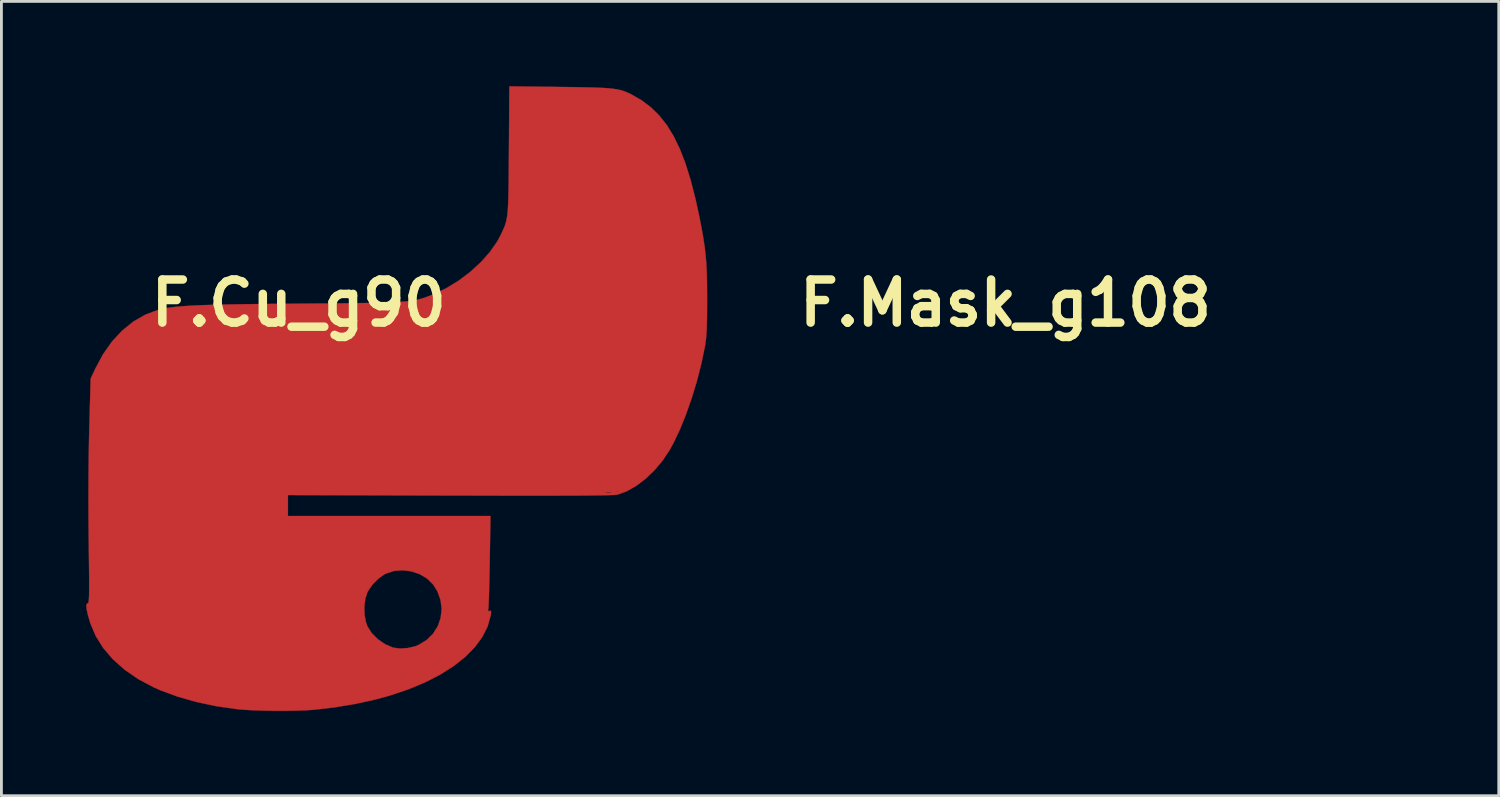
<source format=kicad_pcb>
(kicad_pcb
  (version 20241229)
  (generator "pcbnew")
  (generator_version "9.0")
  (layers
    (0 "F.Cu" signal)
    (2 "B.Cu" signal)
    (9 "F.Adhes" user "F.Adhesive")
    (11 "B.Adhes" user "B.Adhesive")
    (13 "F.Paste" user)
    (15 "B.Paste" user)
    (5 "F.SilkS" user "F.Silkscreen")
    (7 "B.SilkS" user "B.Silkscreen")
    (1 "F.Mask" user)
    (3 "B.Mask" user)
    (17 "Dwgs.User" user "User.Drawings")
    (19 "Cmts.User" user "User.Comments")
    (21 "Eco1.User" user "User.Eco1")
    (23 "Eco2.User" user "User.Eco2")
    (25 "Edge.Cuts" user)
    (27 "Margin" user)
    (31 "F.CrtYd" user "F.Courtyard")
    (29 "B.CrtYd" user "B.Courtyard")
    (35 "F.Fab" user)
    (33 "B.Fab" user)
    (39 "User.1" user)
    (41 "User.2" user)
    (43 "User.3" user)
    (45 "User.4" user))
  (footprint "F.Mask_g108"
    (layer "F.Cu")
    (at 32.534 7.677)
    (property "Reference" "F.Mask_g108" (at 0 0 0) (layer "F.SilkS") (effects (font (size 1.524 1.524) (thickness 0.3))))
    (attr through_hole)
    (fp_poly (pts (xy 9.242 -7.65) (xy 9.717 -7.644) (xy 10.116 -7.637) (xy 10.449 -7.629) (xy 10.723 -7.618) (xy 10.948 -7.604) (xy 11.132 -7.585) (xy 11.284 -7.562) (xy 11.414 -7.532) (xy 11.529 -7.495) (xy 11.64 -7.45) (xy 11.753 -7.396) (xy 11.78 -7.382) (xy 12.14 -7.175) (xy 12.466 -6.929) (xy 12.761 -6.639) (xy 13.029 -6.299) (xy 13.271 -5.906) (xy 13.49 -5.453) (xy 13.69 -4.936) (xy 13.873 -4.349) (xy 14.043 -3.688) (xy 14.181 -3.048) (xy 14.258 -2.652) (xy 14.32 -2.305) (xy 14.367 -1.99) (xy 14.402 -1.688) (xy 14.427 -1.381) (xy 14.443 -1.051) (xy 14.451 -0.678) (xy 14.454 -0.246) (xy 14.454 -0.085) (xy 14.452 0.308) (xy 14.448 0.628) (xy 14.441 0.889) (xy 14.429 1.102) (xy 14.414 1.28) (xy 14.394 1.436) (xy 14.379 1.524) (xy 14.252 2.135) (xy 14.095 2.752) (xy 13.911 3.358) (xy 13.708 3.937) (xy 13.491 4.474) (xy 13.264 4.951) (xy 13.126 5.203) (xy 12.879 5.573) (xy 12.593 5.914) (xy 12.279 6.215) (xy 11.95 6.466) (xy 11.618 6.656) (xy 11.296 6.774) (xy 11.293 6.775) (xy 11.242 6.782) (xy 11.149 6.789) (xy 11.012 6.795) (xy 10.827 6.8) (xy 10.59 6.804) (xy 10.3 6.808) (xy 9.951 6.811) (xy 9.542 6.813) (xy 9.069 6.814) (xy 8.528 6.814) (xy 7.916 6.814) (xy 7.231 6.814) (xy 6.468 6.812) (xy 5.625 6.81) (xy 5.356 6.81) (xy -0.381 6.794) (xy -0.381 7.535) (xy 6.787 7.535) (xy 6.761 9.157) (xy 6.754 9.522) (xy 6.747 9.862) (xy 6.739 10.167) (xy 6.731 10.428) (xy 6.723 10.635) (xy 6.715 10.778) (xy 6.708 10.847) (xy 6.707 10.851) (xy 6.701 10.902) (xy 6.752 10.895) (xy 6.796 10.887) (xy 6.81 10.921) (xy 6.801 11.014) (xy 6.794 11.053) (xy 6.688 11.44) (xy 6.5 11.814) (xy 6.236 12.174) (xy 5.898 12.518) (xy 5.491 12.841) (xy 5.017 13.143) (xy 4.481 13.419) (xy 3.885 13.668) (xy 3.234 13.887) (xy 2.731 14.025) (xy 2.024 14.181) (xy 1.282 14.305) (xy 0.55 14.391) (xy 0.257 14.411) (xy -0.096 14.423) (xy -0.488 14.429) (xy -0.897 14.428) (xy -1.3 14.421) (xy -1.677 14.407) (xy -2.005 14.387) (xy -2.18 14.371) (xy -2.91 14.266) (xy -3.618 14.117) (xy -4.286 13.927) (xy -4.898 13.701) (xy -5.146 13.591) (xy -5.686 13.302) (xy -6.164 12.972) (xy -6.576 12.605) (xy -6.918 12.206) (xy -7.185 11.779) (xy -7.375 11.328) (xy -7.383 11.303) (xy -7.463 11.025) (xy -7.507 10.821) (xy -7.513 10.736) (xy 2.324 10.736) (xy 2.33 11.02) (xy 2.376 11.283) (xy 2.433 11.442) (xy 2.587 11.681) (xy 2.804 11.898) (xy 3.059 12.073) (xy 3.33 12.188) (xy 3.363 12.197) (xy 3.594 12.225) (xy 3.857 12.207) (xy 4.115 12.148) (xy 4.24 12.099) (xy 4.528 11.923) (xy 4.757 11.697) (xy 4.924 11.43) (xy 5.025 11.136) (xy 5.059 10.825) (xy 5.021 10.511) (xy 4.91 10.203) (xy 4.76 9.962) (xy 4.549 9.752) (xy 4.286 9.594) (xy 3.991 9.494) (xy 3.681 9.454) (xy 3.374 9.479) (xy 3.089 9.572) (xy 3.039 9.597) (xy 2.82 9.751) (xy 2.617 9.955) (xy 2.461 10.178) (xy 2.432 10.234) (xy 2.358 10.464) (xy 2.324 10.736) (xy -7.513 10.736) (xy -7.516 10.69) (xy -7.488 10.63) (xy -7.469 10.626) (xy -7.454 10.62) (xy -7.442 10.597) (xy -7.432 10.551) (xy -7.425 10.476) (xy -7.42 10.364) (xy -7.417 10.209) (xy -7.416 10.004) (xy -7.416 9.742) (xy -7.419 9.418) (xy -7.424 9.023) (xy -7.429 8.552) (xy -7.431 8.435) (xy -7.438 7.676) (xy -7.441 6.905) (xy -7.44 6.712) (xy 10.849 6.712) (xy 10.902 6.718) (xy 10.964 6.719) (xy 11.056 6.716) (xy 11.081 6.708) (xy 11.06 6.701) (xy 10.936 6.694) (xy 10.869 6.701) (xy 10.849 6.712) (xy -7.44 6.712) (xy -7.44 6.668) (xy 11.261 6.668) (xy 11.282 6.689) (xy 11.303 6.668) (xy 11.282 6.646) (xy 11.261 6.668) (xy -7.44 6.668) (xy -7.438 6.143) (xy -7.431 5.413) (xy -7.419 4.736) (xy -7.412 4.459) (xy -7.363 2.673) (xy -7.199 2.321) (xy -6.923 1.808) (xy -6.604 1.356) (xy -6.244 0.97) (xy -5.85 0.652) (xy -5.426 0.408) (xy -4.975 0.24) (xy -4.784 0.195) (xy -4.644 0.169) (xy -4.486 0.147) (xy -4.305 0.127) (xy -4.096 0.109) (xy -3.853 0.093) (xy -3.571 0.079) (xy -3.243 0.067) (xy -2.865 0.057) (xy -2.431 0.047) (xy -1.936 0.039) (xy -1.374 0.032) (xy -0.74 0.026) (xy -0.028 0.02) (xy 0.169 0.018) (xy 0.828 0.013) (xy 1.408 0.009) (xy 1.916 0.003) (xy 2.357 -0.003) (xy 2.739 -0.01) (xy 3.066 -0.019) (xy 3.346 -0.029) (xy 3.584 -0.043) (xy 3.787 -0.059) (xy 3.96 -0.079) (xy 4.11 -0.103) (xy 4.243 -0.131) (xy 4.365 -0.164) (xy 4.482 -0.202) (xy 4.601 -0.245) (xy 4.727 -0.295) (xy 4.764 -0.31) (xy 5.215 -0.523) (xy 5.654 -0.79) (xy 6.067 -1.101) (xy 6.442 -1.444) (xy 6.766 -1.808) (xy 7.026 -2.181) (xy 7.143 -2.398) (xy 7.202 -2.522) (xy 7.252 -2.632) (xy 7.294 -2.735) (xy 7.328 -2.84) (xy 7.356 -2.954) (xy 7.379 -3.086) (xy 7.396 -3.243) (xy 7.409 -3.433) (xy 7.418 -3.664) (xy 7.425 -3.944) (xy 7.43 -4.282) (xy 7.434 -4.685) (xy 7.438 -5.16) (xy 7.44 -5.413) (xy 7.456 -7.672) (xy 9.242 -7.65)) (stroke (width 0.01) (type solid)) (fill yes) (layer "F.Mask")))
  (footprint "F.Cu_g90"
    (layer "F.Cu")
    (at 7.521 7.677)
    (property "Reference" "F.Cu_g90" (at 0 0 0) (layer "F.SilkS") (effects (font (size 1.524 1.524) (thickness 0.3))))
    (attr through_hole)
    (fp_poly (pts (xy 9.242 -7.65) (xy 9.717 -7.644) (xy 10.116 -7.637) (xy 10.449 -7.629) (xy 10.723 -7.618) (xy 10.948 -7.604) (xy 11.132 -7.585) (xy 11.284 -7.562) (xy 11.414 -7.532) (xy 11.529 -7.495) (xy 11.64 -7.45) (xy 11.753 -7.396) (xy 11.78 -7.382) (xy 12.14 -7.175) (xy 12.466 -6.929) (xy 12.761 -6.639) (xy 13.029 -6.299) (xy 13.271 -5.906) (xy 13.49 -5.453) (xy 13.69 -4.936) (xy 13.873 -4.349) (xy 14.043 -3.688) (xy 14.181 -3.048) (xy 14.258 -2.652) (xy 14.32 -2.305) (xy 14.367 -1.99) (xy 14.402 -1.688) (xy 14.427 -1.381) (xy 14.443 -1.051) (xy 14.451 -0.678) (xy 14.454 -0.246) (xy 14.454 -0.085) (xy 14.452 0.308) (xy 14.448 0.628) (xy 14.441 0.889) (xy 14.429 1.102) (xy 14.414 1.28) (xy 14.394 1.436) (xy 14.379 1.524) (xy 14.252 2.135) (xy 14.095 2.752) (xy 13.911 3.358) (xy 13.708 3.937) (xy 13.491 4.474) (xy 13.264 4.951) (xy 13.126 5.203) (xy 12.879 5.573) (xy 12.593 5.914) (xy 12.279 6.215) (xy 11.95 6.466) (xy 11.618 6.656) (xy 11.296 6.774) (xy 11.293 6.775) (xy 11.242 6.782) (xy 11.149 6.789) (xy 11.012 6.795) (xy 10.827 6.8) (xy 10.59 6.804) (xy 10.3 6.808) (xy 9.951 6.811) (xy 9.542 6.813) (xy 9.069 6.814) (xy 8.528 6.814) (xy 7.916 6.814) (xy 7.231 6.814) (xy 6.468 6.812) (xy 5.625 6.81) (xy 5.356 6.81) (xy -0.381 6.794) (xy -0.381 7.535) (xy 6.787 7.535) (xy 6.761 9.157) (xy 6.754 9.522) (xy 6.747 9.862) (xy 6.739 10.167) (xy 6.731 10.428) (xy 6.723 10.635) (xy 6.715 10.778) (xy 6.708 10.847) (xy 6.707 10.851) (xy 6.701 10.902) (xy 6.752 10.895) (xy 6.796 10.887) (xy 6.81 10.921) (xy 6.801 11.014) (xy 6.794 11.053) (xy 6.688 11.44) (xy 6.5 11.814) (xy 6.236 12.174) (xy 5.898 12.518) (xy 5.491 12.841) (xy 5.017 13.143) (xy 4.481 13.419) (xy 3.885 13.668) (xy 3.234 13.887) (xy 2.731 14.025) (xy 2.024 14.181) (xy 1.282 14.305) (xy 0.55 14.391) (xy 0.257 14.411) (xy -0.096 14.423) (xy -0.488 14.429) (xy -0.897 14.428) (xy -1.3 14.421) (xy -1.677 14.407) (xy -2.005 14.387) (xy -2.18 14.371) (xy -2.91 14.266) (xy -3.618 14.117) (xy -4.286 13.927) (xy -4.898 13.701) (xy -5.146 13.591) (xy -5.686 13.302) (xy -6.164 12.972) (xy -6.576 12.605) (xy -6.918 12.206) (xy -7.185 11.779) (xy -7.375 11.328) (xy -7.383 11.303) (xy -7.463 11.025) (xy -7.507 10.821) (xy -7.513 10.736) (xy 2.324 10.736) (xy 2.33 11.02) (xy 2.376 11.283) (xy 2.433 11.442) (xy 2.587 11.681) (xy 2.804 11.898) (xy 3.059 12.073) (xy 3.33 12.188) (xy 3.363 12.197) (xy 3.594 12.225) (xy 3.857 12.207) (xy 4.115 12.148) (xy 4.24 12.099) (xy 4.528 11.923) (xy 4.757 11.697) (xy 4.924 11.43) (xy 5.025 11.136) (xy 5.059 10.825) (xy 5.021 10.511) (xy 4.91 10.203) (xy 4.76 9.962) (xy 4.549 9.752) (xy 4.286 9.594) (xy 3.991 9.494) (xy 3.681 9.454) (xy 3.374 9.479) (xy 3.089 9.572) (xy 3.039 9.597) (xy 2.82 9.751) (xy 2.617 9.955) (xy 2.461 10.178) (xy 2.432 10.234) (xy 2.358 10.464) (xy 2.324 10.736) (xy -7.513 10.736) (xy -7.516 10.69) (xy -7.488 10.63) (xy -7.469 10.626) (xy -7.454 10.62) (xy -7.442 10.597) (xy -7.432 10.551) (xy -7.425 10.476) (xy -7.42 10.364) (xy -7.417 10.209) (xy -7.416 10.004) (xy -7.416 9.742) (xy -7.419 9.418) (xy -7.424 9.023) (xy -7.429 8.552) (xy -7.431 8.435) (xy -7.438 7.676) (xy -7.441 6.905) (xy -7.44 6.712) (xy 10.849 6.712) (xy 10.902 6.718) (xy 10.964 6.719) (xy 11.056 6.716) (xy 11.081 6.708) (xy 11.06 6.701) (xy 10.936 6.694) (xy 10.869 6.701) (xy 10.849 6.712) (xy -7.44 6.712) (xy -7.44 6.668) (xy 11.261 6.668) (xy 11.282 6.689) (xy 11.303 6.668) (xy 11.282 6.646) (xy 11.261 6.668) (xy -7.44 6.668) (xy -7.438 6.143) (xy -7.431 5.413) (xy -7.419 4.736) (xy -7.412 4.459) (xy -7.363 2.673) (xy -7.199 2.321) (xy -6.923 1.808) (xy -6.604 1.356) (xy -6.244 0.97) (xy -5.85 0.652) (xy -5.426 0.408) (xy -4.975 0.24) (xy -4.784 0.195) (xy -4.644 0.169) (xy -4.486 0.147) (xy -4.305 0.127) (xy -4.096 0.109) (xy -3.853 0.093) (xy -3.571 0.079) (xy -3.243 0.067) (xy -2.865 0.057) (xy -2.431 0.047) (xy -1.936 0.039) (xy -1.374 0.032) (xy -0.74 0.026) (xy -0.028 0.02) (xy 0.169 0.018) (xy 0.828 0.013) (xy 1.408 0.009) (xy 1.916 0.003) (xy 2.357 -0.003) (xy 2.739 -0.01) (xy 3.066 -0.019) (xy 3.346 -0.029) (xy 3.584 -0.043) (xy 3.787 -0.059) (xy 3.96 -0.079) (xy 4.11 -0.103) (xy 4.243 -0.131) (xy 4.365 -0.164) (xy 4.482 -0.202) (xy 4.601 -0.245) (xy 4.727 -0.295) (xy 4.764 -0.31) (xy 5.215 -0.523) (xy 5.654 -0.79) (xy 6.067 -1.101) (xy 6.442 -1.444) (xy 6.766 -1.808) (xy 7.026 -2.181) (xy 7.143 -2.398) (xy 7.202 -2.522) (xy 7.252 -2.632) (xy 7.294 -2.735) (xy 7.328 -2.84) (xy 7.356 -2.954) (xy 7.379 -3.086) (xy 7.396 -3.243) (xy 7.409 -3.433) (xy 7.418 -3.664) (xy 7.425 -3.944) (xy 7.43 -4.282) (xy 7.434 -4.685) (xy 7.438 -5.16) (xy 7.44 -5.413) (xy 7.456 -7.672) (xy 9.242 -7.65)) (stroke (width 0.01) (type solid)) (fill yes) (layer "F.Cu")))
  (gr_rect
    (start -3 -3)
    (end 49.993 25.111)
    (stroke (width 0.1) (type default))
    (fill no)
    (layer "Edge.Cuts")))
</source>
